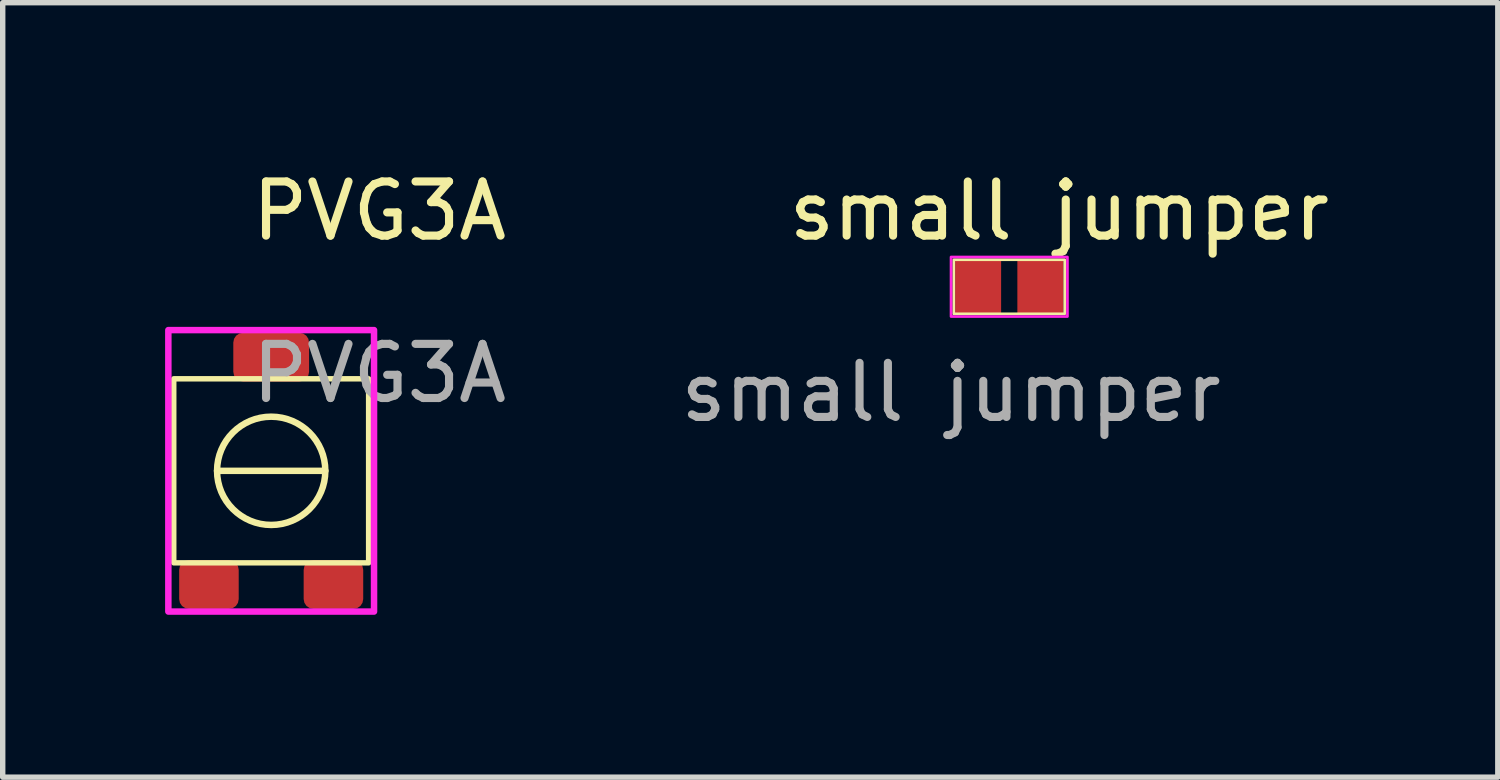
<source format=kicad_pcb>
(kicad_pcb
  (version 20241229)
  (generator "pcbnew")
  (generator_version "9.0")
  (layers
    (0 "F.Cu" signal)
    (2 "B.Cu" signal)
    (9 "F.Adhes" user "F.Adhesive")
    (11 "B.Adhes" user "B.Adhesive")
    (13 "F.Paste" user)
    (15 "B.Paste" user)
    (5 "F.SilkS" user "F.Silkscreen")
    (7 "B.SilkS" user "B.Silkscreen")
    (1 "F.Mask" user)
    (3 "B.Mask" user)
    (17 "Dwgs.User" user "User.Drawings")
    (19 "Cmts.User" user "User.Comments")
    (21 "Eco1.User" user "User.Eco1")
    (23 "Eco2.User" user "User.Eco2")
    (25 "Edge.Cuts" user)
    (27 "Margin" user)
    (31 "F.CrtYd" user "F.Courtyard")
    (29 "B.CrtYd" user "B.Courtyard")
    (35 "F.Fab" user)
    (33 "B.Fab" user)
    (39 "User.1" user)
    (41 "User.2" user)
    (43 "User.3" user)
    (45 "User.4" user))
  (footprint "small jumper"
    (layer "F.Cu")
    (at 14.52 1.698)
    (property "Reference" "small jumper" (at 2 -0.85 0) (unlocked yes) (layer "F.SilkS") (effects (font (size 1 1) (thickness 0.15))))
    (attr smd)
    (fp_rect (start 0.05 0.05) (end 2.1 1.05) (stroke (width 0.05) (type default)) (fill no) (layer "F.SilkS"))
    (fp_rect (start 0 0) (end 2.15 1.1) (stroke (width 0.05) (type default)) (fill no) (layer "F.CrtYd"))
    (fp_text user "${REFERENCE}" (at 0 2.5 0) (unlocked yes) (layer "F.Fab") (effects (font (size 1 1) (thickness 0.15))))
    (pad "1" smd rect (at 0.5 0.55 90) (size 1 0.85) (layers "F.Cu" "F.Mask" "F.Paste"))
    (pad "2" smd rect (at 1.65 0.55 90) (size 1 0.85) (layers "F.Cu" "F.Mask" "F.Paste")))
  (footprint "PVG3A"
    (layer "F.Cu")
    (at 1.96 5.648)
    (property "Reference" "PVG3A" (at 2 -4.8 0) (unlocked yes) (layer "F.SilkS") (effects (font (size 1 1) (thickness 0.15))))
    (attr smd)
    (fp_line (start -1 0) (end 1 0) (stroke (width 0.12) (type default)) (layer "F.SilkS"))
    (fp_rect (start -1.8 -1.7) (end 1.8 1.7) (stroke (width 0.1) (type default)) (fill no) (layer "F.SilkS"))
    (fp_circle (center 0 0) (end 1 0) (stroke (width 0.12) (type default)) (fill no) (layer "F.SilkS"))
    (fp_rect (start -1.9 -2.6) (end 1.9 2.6) (stroke (width 0.12) (type default)) (fill no) (layer "F.CrtYd"))
    (fp_text user "${REFERENCE}" (at 2 -1.8 0) (unlocked yes) (layer "F.Fab") (effects (font (size 1 1) (thickness 0.15))))
    (pad "1" smd roundrect (at 1.15 2.1) (size 1.1 0.9) (layers "F.Cu" "F.Mask" "F.Paste") (roundrect_rratio 0.2))
    (pad "2" smd roundrect (at 0 -2.1) (size 1.4 0.9) (layers "F.Cu" "F.Mask" "F.Paste") (roundrect_rratio 0.2))
    (pad "3" smd roundrect (at -1.15 2.1) (size 1.1 0.9) (layers "F.Cu" "F.Mask" "F.Paste") (roundrect_rratio 0.2)))
  (gr_rect
    (start -3 -3)
    (end 24.621 11.308)
    (stroke (width 0.1) (type default))
    (fill no)
    (layer "Edge.Cuts")))
</source>
